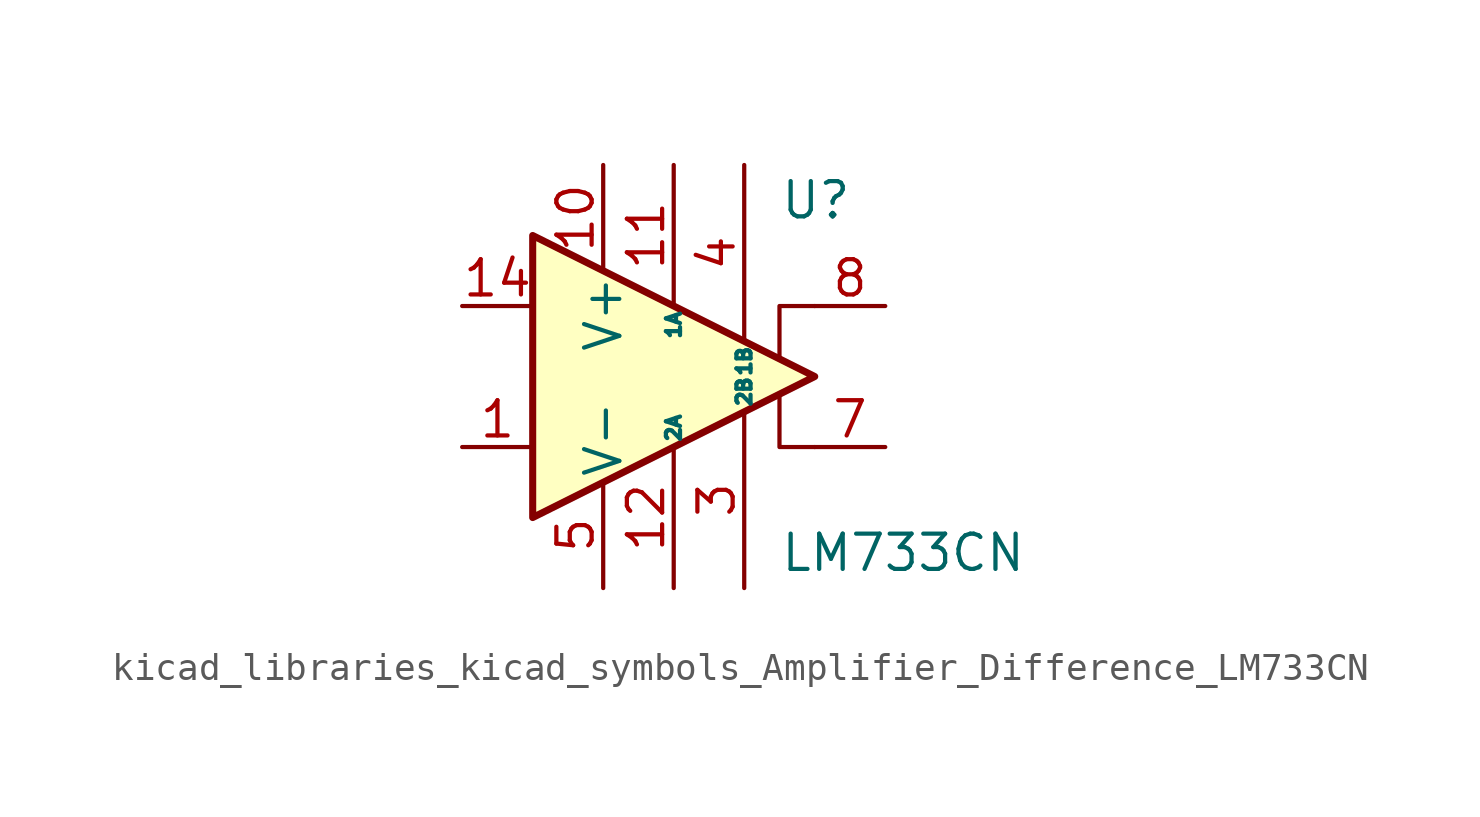
<source format=kicad_sym>
(kicad_symbol_lib
  (version 20220914)
  (generator kicad_symbol_editor)
  (symbol "kicad_libraries_kicad_symbols_Amplifier_Difference_LM733CN"
    (pin_names
      (offset 0.127))
    (property "Reference" "U"
      (at 3.81 6.35 0)
      (effects (font (size 1.27 1.27)) (justify left)))
    (property "Value" "LM733CN"
      (at 3.81 -6.35 0)
      (effects (font (size 1.27 1.27)) (justify left)))
    (symbol "kicad_libraries_kicad_symbols_Amplifier_Difference_LM733CN_0_1"
      (polyline (pts (xy 5.08 -2.54) (xy 3.81 -2.54) (xy 3.81 -0.635)) (stroke (width 0) (type default)) (fill (type none)))
      (polyline (pts (xy 5.08 2.54) (xy 3.81 2.54) (xy 3.81 0.635)) (stroke (width 0) (type default)) (fill (type none)))
      (polyline (pts (xy 5.08 0) (xy -5.08 5.08) (xy -5.08 -5.08) (xy 5.08 0)) (stroke (width 0.254) (type default)) (fill (type background))))
    (symbol "kicad_libraries_kicad_symbols_Amplifier_Difference_LM733CN_1_1"
      (pin input line (at -7.62 -2.54 0) (length 2.54) (name "~" (effects (font (size 1.27 1.27)))) (number "1" (effects (font (size 1.27 1.27)))))
      (pin power_in line (at -2.54 7.62 270) (length 3.81) (name "V+" (effects (font (size 1.27 1.27)))) (number "10" (effects (font (size 1.27 1.27)))))
      (pin passive line (at 0 7.62 270) (length 5.08) (name "1A" (effects (font (size 0.508 0.508)))) (number "11" (effects (font (size 1.27 1.27)))))
      (pin passive line (at 0 -7.62 90) (length 5.08) (name "2A" (effects (font (size 0.508 0.508)))) (number "12" (effects (font (size 1.27 1.27)))))
      (pin no_connect line (at -2.54 -3.81 90) (length 2.54) hide (name "NC" (effects (font (size 1.27 1.27)))) (number "13" (effects (font (size 1.27 1.27)))))
      (pin input line (at -7.62 2.54 0) (length 2.54) (name "~" (effects (font (size 1.27 1.27)))) (number "14" (effects (font (size 1.27 1.27)))))
      (pin no_connect line (at 2.54 1.27 270) (length 2.54) hide (name "NC" (effects (font (size 1.27 1.27)))) (number "2" (effects (font (size 1.27 1.27)))))
      (pin passive line (at 2.54 -7.62 90) (length 6.35) (name "2B" (effects (font (size 0.508 0.508)))) (number "3" (effects (font (size 1.27 1.27)))))
      (pin passive line (at 2.54 7.62 270) (length 6.35) (name "1B" (effects (font (size 0.508 0.508)))) (number "4" (effects (font (size 1.27 1.27)))))
      (pin power_in line (at -2.54 -7.62 90) (length 3.81) (name "V-" (effects (font (size 1.27 1.27)))) (number "5" (effects (font (size 1.27 1.27)))))
      (pin no_connect line (at 0 2.54 270) (length 2.54) hide (name "NC" (effects (font (size 1.27 1.27)))) (number "6" (effects (font (size 1.27 1.27)))))
      (pin output line (at 7.62 -2.54 180) (length 2.54) (name "~" (effects (font (size 1.27 1.27)))) (number "7" (effects (font (size 1.27 1.27)))))
      (pin output line (at 7.62 2.54 180) (length 2.54) (name "~" (effects (font (size 1.27 1.27)))) (number "8" (effects (font (size 1.27 1.27)))))
      (pin no_connect line (at 0 -2.54 90) (length 2.54) hide (name "NC" (effects (font (size 1.27 1.27)))) (number "9" (effects (font (size 1.27 1.27))))))))
</source>
